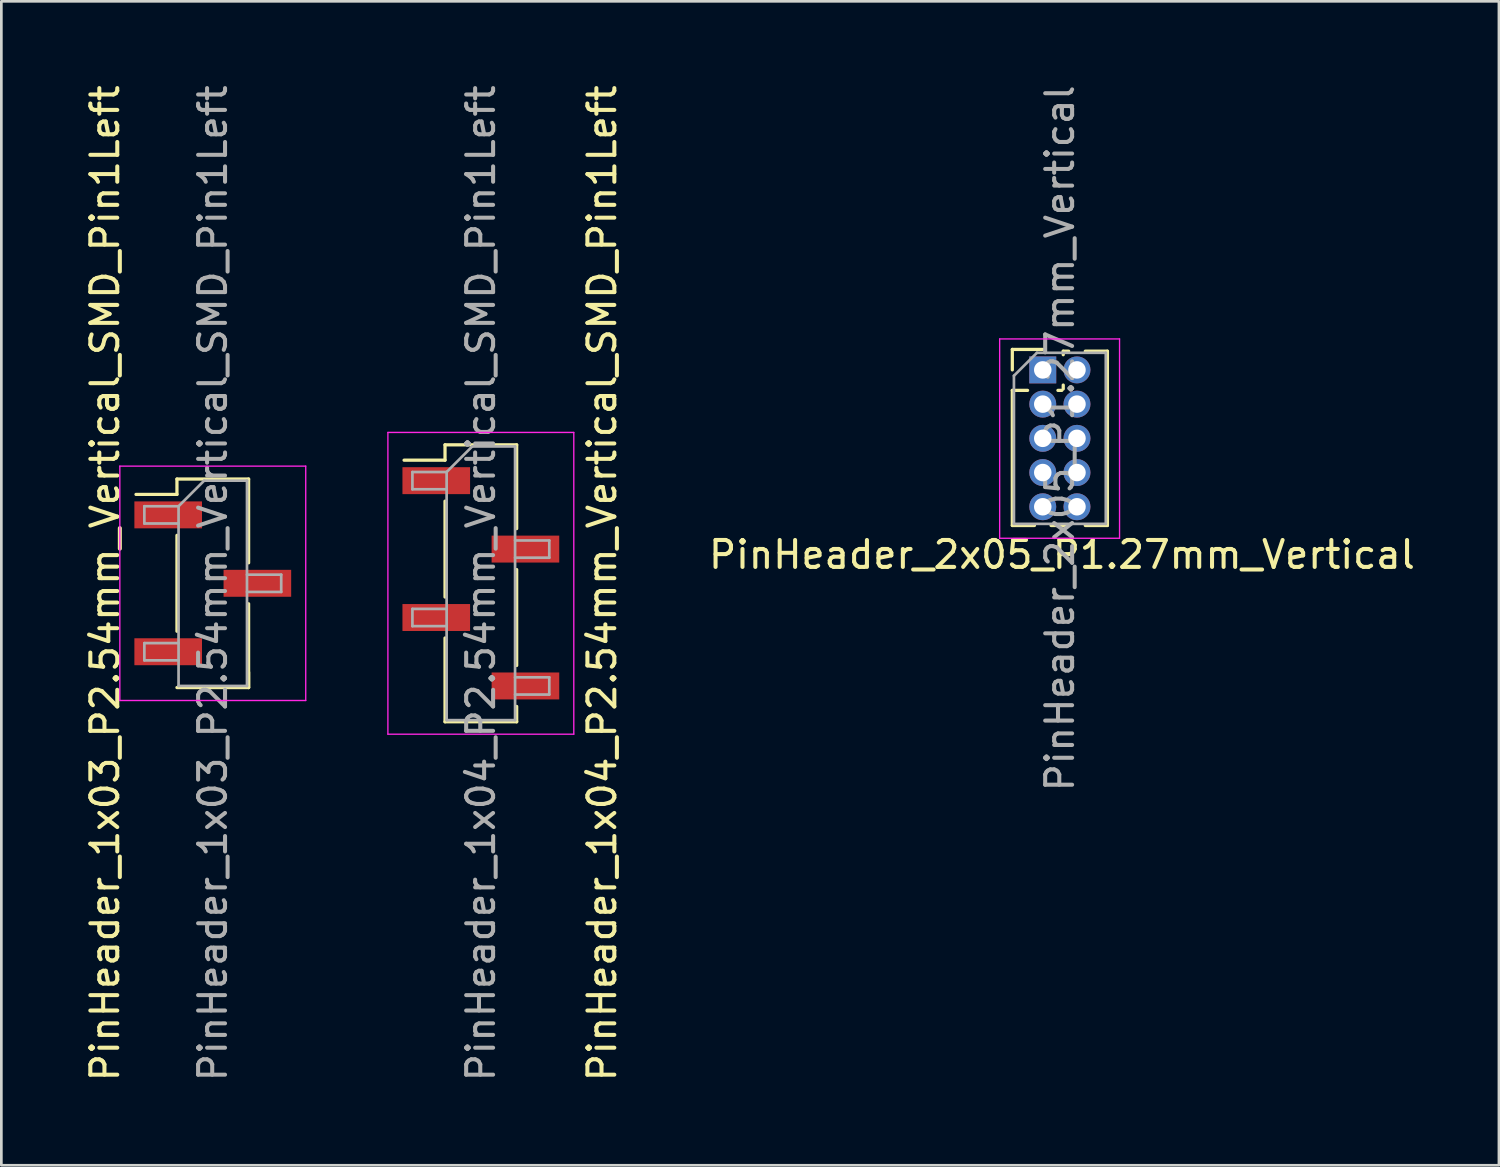
<source format=kicad_pcb>
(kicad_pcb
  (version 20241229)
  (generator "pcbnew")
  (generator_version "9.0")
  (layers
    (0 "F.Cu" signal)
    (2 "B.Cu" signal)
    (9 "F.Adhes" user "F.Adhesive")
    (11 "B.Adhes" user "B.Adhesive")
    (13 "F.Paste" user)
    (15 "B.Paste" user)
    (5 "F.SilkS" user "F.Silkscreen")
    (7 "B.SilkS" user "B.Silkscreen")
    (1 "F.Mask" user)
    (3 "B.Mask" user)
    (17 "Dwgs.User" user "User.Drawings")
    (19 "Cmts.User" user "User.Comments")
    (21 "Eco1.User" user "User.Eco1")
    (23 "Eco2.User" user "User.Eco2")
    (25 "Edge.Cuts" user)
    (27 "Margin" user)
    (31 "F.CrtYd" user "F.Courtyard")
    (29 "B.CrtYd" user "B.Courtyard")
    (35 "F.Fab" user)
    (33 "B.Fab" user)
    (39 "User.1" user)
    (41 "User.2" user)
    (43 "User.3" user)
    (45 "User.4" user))
  (footprint "PinHeader_1x04_P2.54mm_Vertical_SMD_Pin1Left"
    (layer "F.Cu")
    (at 14.798 18.601)
    (property "Reference" "PinHeader_1x04_P2.54mm_Vertical_SMD_Pin1Left" (at 4.5 0 90) (layer "F.SilkS") (effects (font (size 1 1) (thickness 0.15))))
    (attr smd)
    (fp_line (start -1.33 -5.14) (end -1.33 -4.57) (stroke (width 0.12) (type solid)) (layer "F.SilkS"))
    (fp_line (start -1.33 -5.14) (end 1.33 -5.14) (stroke (width 0.12) (type solid)) (layer "F.SilkS"))
    (fp_line (start -1.33 -4.57) (end -2.85 -4.57) (stroke (width 0.12) (type solid)) (layer "F.SilkS"))
    (fp_line (start -1.33 -3.05) (end -1.33 0.51) (stroke (width 0.12) (type solid)) (layer "F.SilkS"))
    (fp_line (start -1.33 2.03) (end -1.33 5.14) (stroke (width 0.12) (type solid)) (layer "F.SilkS"))
    (fp_line (start -1.33 5.14) (end 1.33 5.14) (stroke (width 0.12) (type solid)) (layer "F.SilkS"))
    (fp_line (start 1.33 -5.14) (end 1.33 -2.03) (stroke (width 0.12) (type solid)) (layer "F.SilkS"))
    (fp_line (start 1.33 -0.51) (end 1.33 3.05) (stroke (width 0.12) (type solid)) (layer "F.SilkS"))
    (fp_line (start 1.33 4.57) (end 1.33 5.14) (stroke (width 0.12) (type solid)) (layer "F.SilkS"))
    (fp_line (start -3.45 -5.6) (end -3.45 5.6) (stroke (width 0.05) (type solid)) (layer "F.CrtYd"))
    (fp_line (start -3.45 5.6) (end 3.45 5.6) (stroke (width 0.05) (type solid)) (layer "F.CrtYd"))
    (fp_line (start 3.45 -5.6) (end -3.45 -5.6) (stroke (width 0.05) (type solid)) (layer "F.CrtYd"))
    (fp_line (start 3.45 5.6) (end 3.45 -5.6) (stroke (width 0.05) (type solid)) (layer "F.CrtYd"))
    (fp_line (start -2.54 -4.13) (end -2.54 -3.49) (stroke (width 0.1) (type solid)) (layer "F.Fab"))
    (fp_line (start -2.54 -3.49) (end -1.27 -3.49) (stroke (width 0.1) (type solid)) (layer "F.Fab"))
    (fp_line (start -2.54 0.95) (end -2.54 1.59) (stroke (width 0.1) (type solid)) (layer "F.Fab"))
    (fp_line (start -2.54 1.59) (end -1.27 1.59) (stroke (width 0.1) (type solid)) (layer "F.Fab"))
    (fp_line (start -1.27 -4.13) (end -2.54 -4.13) (stroke (width 0.1) (type solid)) (layer "F.Fab"))
    (fp_line (start -1.27 -4.13) (end -0.32 -5.08) (stroke (width 0.1) (type solid)) (layer "F.Fab"))
    (fp_line (start -1.27 0.95) (end -2.54 0.95) (stroke (width 0.1) (type solid)) (layer "F.Fab"))
    (fp_line (start -1.27 5.08) (end -1.27 -4.13) (stroke (width 0.1) (type solid)) (layer "F.Fab"))
    (fp_line (start -0.32 -5.08) (end 1.27 -5.08) (stroke (width 0.1) (type solid)) (layer "F.Fab"))
    (fp_line (start 1.27 -5.08) (end 1.27 5.08) (stroke (width 0.1) (type solid)) (layer "F.Fab"))
    (fp_line (start 1.27 -1.59) (end 2.54 -1.59) (stroke (width 0.1) (type solid)) (layer "F.Fab"))
    (fp_line (start 1.27 3.49) (end 2.54 3.49) (stroke (width 0.1) (type solid)) (layer "F.Fab"))
    (fp_line (start 1.27 5.08) (end -1.27 5.08) (stroke (width 0.1) (type solid)) (layer "F.Fab"))
    (fp_line (start 2.54 -1.59) (end 2.54 -0.95) (stroke (width 0.1) (type solid)) (layer "F.Fab"))
    (fp_line (start 2.54 -0.95) (end 1.27 -0.95) (stroke (width 0.1) (type solid)) (layer "F.Fab"))
    (fp_line (start 2.54 3.49) (end 2.54 4.13) (stroke (width 0.1) (type solid)) (layer "F.Fab"))
    (fp_line (start 2.54 4.13) (end 1.27 4.13) (stroke (width 0.1) (type solid)) (layer "F.Fab"))
    (fp_text user "${REFERENCE}" (at 0 0 90) (layer "F.Fab") (effects (font (size 1 1) (thickness 0.15))))
    (pad "1" smd rect (at -1.655 -3.81) (size 2.51 1) (layers "F.Cu" "F.Mask" "F.Paste"))
    (pad "2" smd rect (at 1.655 -1.27) (size 2.51 1) (layers "F.Cu" "F.Mask" "F.Paste"))
    (pad "3" smd rect (at -1.655 1.27) (size 2.51 1) (layers "F.Cu" "F.Mask" "F.Paste"))
    (pad "4" smd rect (at 1.655 3.81) (size 2.51 1) (layers "F.Cu" "F.Mask" "F.Paste")))
  (footprint "PinHeader_2x05_P1.27mm_Vertical"
    (layer "F.Cu")
    (at 35.655 10.68)
    (property "Reference" "PinHeader_2x05_P1.27mm_Vertical" (at 0.712 6.858 180) (layer "F.SilkS") (effects (font (size 1 1) (thickness 0.15))))
    (attr through_hole)
    (fp_line (start -1.13 -0.76) (end 0 -0.76) (stroke (width 0.12) (type solid)) (layer "F.SilkS"))
    (fp_line (start -1.13 0) (end -1.13 -0.76) (stroke (width 0.12) (type solid)) (layer "F.SilkS"))
    (fp_line (start -1.13 0.76) (end -1.13 5.775) (stroke (width 0.12) (type solid)) (layer "F.SilkS"))
    (fp_line (start -1.13 0.76) (end -0.563 0.76) (stroke (width 0.12) (type solid)) (layer "F.SilkS"))
    (fp_line (start -1.13 5.775) (end -0.308 5.775) (stroke (width 0.12) (type solid)) (layer "F.SilkS"))
    (fp_line (start 0.308 5.775) (end 0.962 5.775) (stroke (width 0.12) (type solid)) (layer "F.SilkS"))
    (fp_line (start 0.563 0.76) (end 0.707 0.76) (stroke (width 0.12) (type solid)) (layer "F.SilkS"))
    (fp_line (start 0.76 -0.695) (end 0.962 -0.695) (stroke (width 0.12) (type solid)) (layer "F.SilkS"))
    (fp_line (start 0.76 -0.563) (end 0.76 -0.695) (stroke (width 0.12) (type solid)) (layer "F.SilkS"))
    (fp_line (start 0.76 0.707) (end 0.76 0.563) (stroke (width 0.12) (type solid)) (layer "F.SilkS"))
    (fp_line (start 1.578 -0.695) (end 2.4 -0.695) (stroke (width 0.12) (type solid)) (layer "F.SilkS"))
    (fp_line (start 1.578 5.775) (end 2.4 5.775) (stroke (width 0.12) (type solid)) (layer "F.SilkS"))
    (fp_line (start 2.4 -0.695) (end 2.4 5.775) (stroke (width 0.12) (type solid)) (layer "F.SilkS"))
    (fp_line (start -1.6 -1.15) (end -1.6 6.25) (stroke (width 0.05) (type solid)) (layer "F.CrtYd"))
    (fp_line (start -1.6 6.25) (end 2.85 6.25) (stroke (width 0.05) (type solid)) (layer "F.CrtYd"))
    (fp_line (start 2.85 -1.15) (end -1.6 -1.15) (stroke (width 0.05) (type solid)) (layer "F.CrtYd"))
    (fp_line (start 2.85 6.25) (end 2.85 -1.15) (stroke (width 0.05) (type solid)) (layer "F.CrtYd"))
    (fp_line (start -1.07 0.217) (end -0.217 -0.635) (stroke (width 0.1) (type solid)) (layer "F.Fab"))
    (fp_line (start -1.07 5.715) (end -1.07 0.217) (stroke (width 0.1) (type solid)) (layer "F.Fab"))
    (fp_line (start -0.217 -0.635) (end 2.34 -0.635) (stroke (width 0.1) (type solid)) (layer "F.Fab"))
    (fp_line (start 2.34 -0.635) (end 2.34 5.715) (stroke (width 0.1) (type solid)) (layer "F.Fab"))
    (fp_line (start 2.34 5.715) (end -1.07 5.715) (stroke (width 0.1) (type solid)) (layer "F.Fab"))
    (fp_text user "${REFERENCE}" (at 0.635 2.54 90) (layer "F.Fab") (effects (font (size 1 1) (thickness 0.15))))
    (pad "1" thru_hole rect (at 0 0) (size 1 1) (drill 0.65) (layers "*.Cu" "*.Mask"))
    (pad "2" thru_hole oval (at 1.27 0) (size 1 1) (drill 0.65) (layers "*.Cu" "*.Mask"))
    (pad "3" thru_hole oval (at 0 1.27) (size 1 1) (drill 0.65) (layers "*.Cu" "*.Mask"))
    (pad "4" thru_hole oval (at 1.27 1.27) (size 1 1) (drill 0.65) (layers "*.Cu" "*.Mask"))
    (pad "5" thru_hole oval (at 0 2.54) (size 1 1) (drill 0.65) (layers "*.Cu" "*.Mask"))
    (pad "6" thru_hole oval (at 1.27 2.54) (size 1 1) (drill 0.65) (layers "*.Cu" "*.Mask"))
    (pad "7" thru_hole oval (at 0 3.81) (size 1 1) (drill 0.65) (layers "*.Cu" "*.Mask"))
    (pad "8" thru_hole oval (at 1.27 3.81) (size 1 1) (drill 0.65) (layers "*.Cu" "*.Mask"))
    (pad "9" thru_hole oval (at 0 5.08) (size 1 1) (drill 0.65) (layers "*.Cu" "*.Mask"))
    (pad "10" thru_hole oval (at 1.27 5.08) (size 1 1) (drill 0.65) (layers "*.Cu" "*.Mask")))
  (footprint "PinHeader_1x03_P2.54mm_Vertical_SMD_Pin1Left"
    (layer "F.Cu")
    (at 4.848 18.601)
    (property "Reference" "PinHeader_1x03_P2.54mm_Vertical_SMD_Pin1Left" (at -4 0 90) (layer "F.SilkS") (effects (font (size 1 1) (thickness 0.15))))
    (attr smd)
    (fp_line (start -1.33 -3.87) (end -1.33 -3.3) (stroke (width 0.12) (type solid)) (layer "F.SilkS"))
    (fp_line (start -1.33 -3.87) (end 1.33 -3.87) (stroke (width 0.12) (type solid)) (layer "F.SilkS"))
    (fp_line (start -1.33 -3.3) (end -2.85 -3.3) (stroke (width 0.12) (type solid)) (layer "F.SilkS"))
    (fp_line (start -1.33 -1.78) (end -1.33 1.78) (stroke (width 0.12) (type solid)) (layer "F.SilkS"))
    (fp_line (start -1.33 3.87) (end 1.33 3.87) (stroke (width 0.12) (type solid)) (layer "F.SilkS"))
    (fp_line (start 1.33 -3.87) (end 1.33 -0.76) (stroke (width 0.12) (type solid)) (layer "F.SilkS"))
    (fp_line (start 1.33 0.76) (end 1.33 3.87) (stroke (width 0.12) (type solid)) (layer "F.SilkS"))
    (fp_line (start 1.33 3.3) (end 1.33 3.87) (stroke (width 0.12) (type solid)) (layer "F.SilkS"))
    (fp_line (start -3.45 -4.35) (end -3.45 4.35) (stroke (width 0.05) (type solid)) (layer "F.CrtYd"))
    (fp_line (start -3.45 4.35) (end 3.45 4.35) (stroke (width 0.05) (type solid)) (layer "F.CrtYd"))
    (fp_line (start 3.45 -4.35) (end -3.45 -4.35) (stroke (width 0.05) (type solid)) (layer "F.CrtYd"))
    (fp_line (start 3.45 4.35) (end 3.45 -4.35) (stroke (width 0.05) (type solid)) (layer "F.CrtYd"))
    (fp_line (start -2.54 -2.86) (end -2.54 -2.22) (stroke (width 0.1) (type solid)) (layer "F.Fab"))
    (fp_line (start -2.54 -2.22) (end -1.27 -2.22) (stroke (width 0.1) (type solid)) (layer "F.Fab"))
    (fp_line (start -2.54 2.22) (end -2.54 2.86) (stroke (width 0.1) (type solid)) (layer "F.Fab"))
    (fp_line (start -2.54 2.86) (end -1.27 2.86) (stroke (width 0.1) (type solid)) (layer "F.Fab"))
    (fp_line (start -1.27 -2.86) (end -2.54 -2.86) (stroke (width 0.1) (type solid)) (layer "F.Fab"))
    (fp_line (start -1.27 -2.86) (end -0.32 -3.81) (stroke (width 0.1) (type solid)) (layer "F.Fab"))
    (fp_line (start -1.27 2.22) (end -2.54 2.22) (stroke (width 0.1) (type solid)) (layer "F.Fab"))
    (fp_line (start -1.27 3.81) (end -1.27 -2.86) (stroke (width 0.1) (type solid)) (layer "F.Fab"))
    (fp_line (start -0.32 -3.81) (end 1.27 -3.81) (stroke (width 0.1) (type solid)) (layer "F.Fab"))
    (fp_line (start 1.27 -3.81) (end 1.27 3.81) (stroke (width 0.1) (type solid)) (layer "F.Fab"))
    (fp_line (start 1.27 -0.32) (end 2.54 -0.32) (stroke (width 0.1) (type solid)) (layer "F.Fab"))
    (fp_line (start 1.27 3.81) (end -1.27 3.81) (stroke (width 0.1) (type solid)) (layer "F.Fab"))
    (fp_line (start 2.54 -0.32) (end 2.54 0.32) (stroke (width 0.1) (type solid)) (layer "F.Fab"))
    (fp_line (start 2.54 0.32) (end 1.27 0.32) (stroke (width 0.1) (type solid)) (layer "F.Fab"))
    (fp_text user "${REFERENCE}" (at 0 0 90) (layer "F.Fab") (effects (font (size 1 1) (thickness 0.15))))
    (pad "1" smd rect (at -1.655 -2.54) (size 2.51 1) (layers "F.Cu" "F.Mask" "F.Paste"))
    (pad "2" smd rect (at 1.655 0) (size 2.51 1) (layers "F.Cu" "F.Mask" "F.Paste"))
    (pad "3" smd rect (at -1.655 2.54) (size 2.51 1) (layers "F.Cu" "F.Mask" "F.Paste")))
  (gr_rect
    (start -3 -3)
    (end 52.587 40.202)
    (stroke (width 0.1) (type default))
    (fill no)
    (layer "Edge.Cuts")))
</source>
